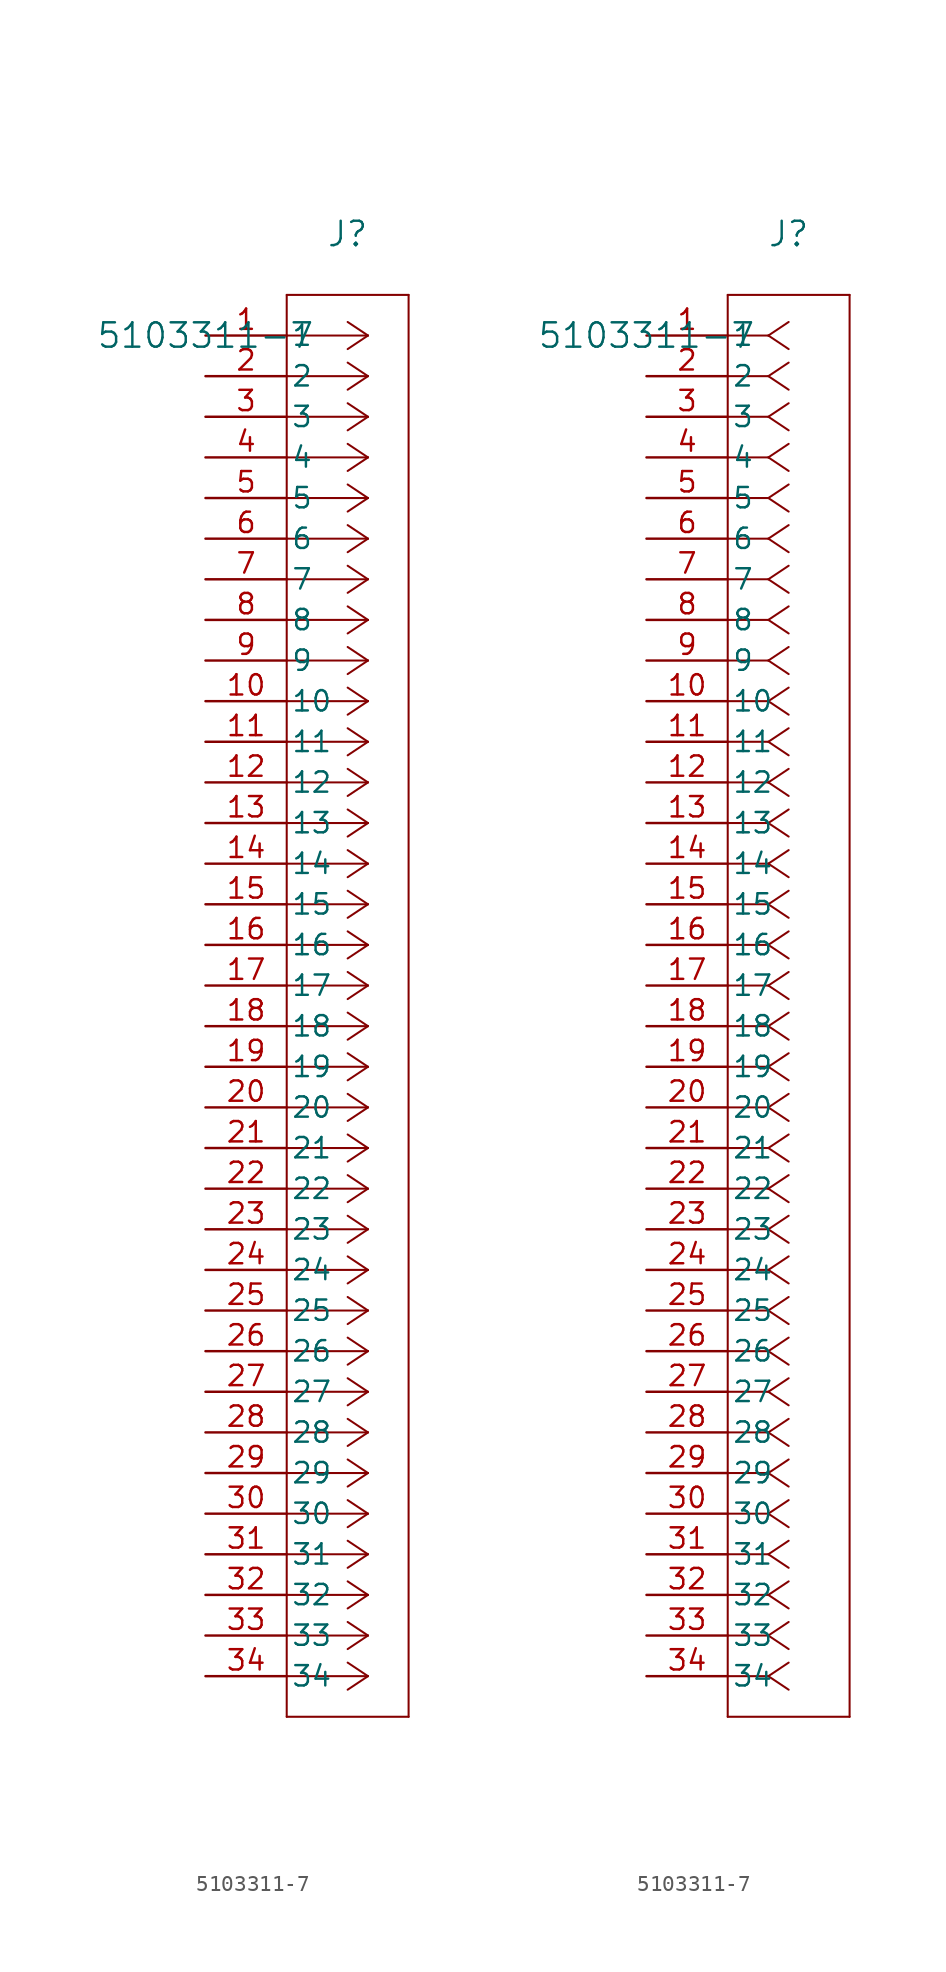
<source format=kicad_sym>
(kicad_symbol_lib
  (version 20211014)
  (generator kicad_symbol_editor)
  (symbol "5103311-7"
    (pin_names
      (offset 0.254))
    (property "Reference" "J"
      (at 8.89 6.35 0)
      (effects (font (size 1.524 1.524))))
    (property "Value" "5103311-7"
      (at 0 0 0)
      (effects (font (size 1.524 1.524))))
    (symbol "5103311-7_1_1"
      (polyline (pts (xy 10.16 0) (xy 5.08 0)) (stroke (width 0.127) (type default) (color 0 0 0 0)) (fill (type none)))
      (polyline (pts (xy 10.16 -2.54) (xy 5.08 -2.54)) (stroke (width 0.127) (type default) (color 0 0 0 0)) (fill (type none)))
      (polyline (pts (xy 10.16 -5.08) (xy 5.08 -5.08)) (stroke (width 0.127) (type default) (color 0 0 0 0)) (fill (type none)))
      (polyline (pts (xy 10.16 -7.62) (xy 5.08 -7.62)) (stroke (width 0.127) (type default) (color 0 0 0 0)) (fill (type none)))
      (polyline (pts (xy 10.16 -10.16) (xy 5.08 -10.16)) (stroke (width 0.127) (type default) (color 0 0 0 0)) (fill (type none)))
      (polyline (pts (xy 10.16 -12.7) (xy 5.08 -12.7)) (stroke (width 0.127) (type default) (color 0 0 0 0)) (fill (type none)))
      (polyline (pts (xy 10.16 -15.24) (xy 5.08 -15.24)) (stroke (width 0.127) (type default) (color 0 0 0 0)) (fill (type none)))
      (polyline (pts (xy 10.16 -17.78) (xy 5.08 -17.78)) (stroke (width 0.127) (type default) (color 0 0 0 0)) (fill (type none)))
      (polyline (pts (xy 10.16 -20.32) (xy 5.08 -20.32)) (stroke (width 0.127) (type default) (color 0 0 0 0)) (fill (type none)))
      (polyline (pts (xy 10.16 -22.86) (xy 5.08 -22.86)) (stroke (width 0.127) (type default) (color 0 0 0 0)) (fill (type none)))
      (polyline (pts (xy 10.16 -25.4) (xy 5.08 -25.4)) (stroke (width 0.127) (type default) (color 0 0 0 0)) (fill (type none)))
      (polyline (pts (xy 10.16 -27.94) (xy 5.08 -27.94)) (stroke (width 0.127) (type default) (color 0 0 0 0)) (fill (type none)))
      (polyline (pts (xy 10.16 -30.48) (xy 5.08 -30.48)) (stroke (width 0.127) (type default) (color 0 0 0 0)) (fill (type none)))
      (polyline (pts (xy 10.16 -33.02) (xy 5.08 -33.02)) (stroke (width 0.127) (type default) (color 0 0 0 0)) (fill (type none)))
      (polyline (pts (xy 10.16 -35.56) (xy 5.08 -35.56)) (stroke (width 0.127) (type default) (color 0 0 0 0)) (fill (type none)))
      (polyline (pts (xy 10.16 -38.1) (xy 5.08 -38.1)) (stroke (width 0.127) (type default) (color 0 0 0 0)) (fill (type none)))
      (polyline (pts (xy 10.16 -40.64) (xy 5.08 -40.64)) (stroke (width 0.127) (type default) (color 0 0 0 0)) (fill (type none)))
      (polyline (pts (xy 10.16 -43.18) (xy 5.08 -43.18)) (stroke (width 0.127) (type default) (color 0 0 0 0)) (fill (type none)))
      (polyline (pts (xy 10.16 -45.72) (xy 5.08 -45.72)) (stroke (width 0.127) (type default) (color 0 0 0 0)) (fill (type none)))
      (polyline (pts (xy 10.16 -48.26) (xy 5.08 -48.26)) (stroke (width 0.127) (type default) (color 0 0 0 0)) (fill (type none)))
      (polyline (pts (xy 10.16 -50.8) (xy 5.08 -50.8)) (stroke (width 0.127) (type default) (color 0 0 0 0)) (fill (type none)))
      (polyline (pts (xy 10.16 -53.34) (xy 5.08 -53.34)) (stroke (width 0.127) (type default) (color 0 0 0 0)) (fill (type none)))
      (polyline (pts (xy 10.16 -55.88) (xy 5.08 -55.88)) (stroke (width 0.127) (type default) (color 0 0 0 0)) (fill (type none)))
      (polyline (pts (xy 10.16 -58.42) (xy 5.08 -58.42)) (stroke (width 0.127) (type default) (color 0 0 0 0)) (fill (type none)))
      (polyline (pts (xy 10.16 -60.96) (xy 5.08 -60.96)) (stroke (width 0.127) (type default) (color 0 0 0 0)) (fill (type none)))
      (polyline (pts (xy 10.16 -63.5) (xy 5.08 -63.5)) (stroke (width 0.127) (type default) (color 0 0 0 0)) (fill (type none)))
      (polyline (pts (xy 10.16 -66.04) (xy 5.08 -66.04)) (stroke (width 0.127) (type default) (color 0 0 0 0)) (fill (type none)))
      (polyline (pts (xy 10.16 -68.58) (xy 5.08 -68.58)) (stroke (width 0.127) (type default) (color 0 0 0 0)) (fill (type none)))
      (polyline (pts (xy 10.16 -71.12) (xy 5.08 -71.12)) (stroke (width 0.127) (type default) (color 0 0 0 0)) (fill (type none)))
      (polyline (pts (xy 10.16 -73.66) (xy 5.08 -73.66)) (stroke (width 0.127) (type default) (color 0 0 0 0)) (fill (type none)))
      (polyline (pts (xy 10.16 -76.2) (xy 5.08 -76.2)) (stroke (width 0.127) (type default) (color 0 0 0 0)) (fill (type none)))
      (polyline (pts (xy 10.16 -78.74) (xy 5.08 -78.74)) (stroke (width 0.127) (type default) (color 0 0 0 0)) (fill (type none)))
      (polyline (pts (xy 10.16 -81.28) (xy 5.08 -81.28)) (stroke (width 0.127) (type default) (color 0 0 0 0)) (fill (type none)))
      (polyline (pts (xy 10.16 -83.82) (xy 5.08 -83.82)) (stroke (width 0.127) (type default) (color 0 0 0 0)) (fill (type none)))
      (polyline (pts (xy 10.16 0) (xy 8.89 0.847)) (stroke (width 0.127) (type default) (color 0 0 0 0)) (fill (type none)))
      (polyline (pts (xy 10.16 -2.54) (xy 8.89 -1.693)) (stroke (width 0.127) (type default) (color 0 0 0 0)) (fill (type none)))
      (polyline (pts (xy 10.16 -5.08) (xy 8.89 -4.233)) (stroke (width 0.127) (type default) (color 0 0 0 0)) (fill (type none)))
      (polyline (pts (xy 10.16 -7.62) (xy 8.89 -6.773)) (stroke (width 0.127) (type default) (color 0 0 0 0)) (fill (type none)))
      (polyline (pts (xy 10.16 -10.16) (xy 8.89 -9.313)) (stroke (width 0.127) (type default) (color 0 0 0 0)) (fill (type none)))
      (polyline (pts (xy 10.16 -12.7) (xy 8.89 -11.853)) (stroke (width 0.127) (type default) (color 0 0 0 0)) (fill (type none)))
      (polyline (pts (xy 10.16 -15.24) (xy 8.89 -14.393)) (stroke (width 0.127) (type default) (color 0 0 0 0)) (fill (type none)))
      (polyline (pts (xy 10.16 -17.78) (xy 8.89 -16.933)) (stroke (width 0.127) (type default) (color 0 0 0 0)) (fill (type none)))
      (polyline (pts (xy 10.16 -20.32) (xy 8.89 -19.473)) (stroke (width 0.127) (type default) (color 0 0 0 0)) (fill (type none)))
      (polyline (pts (xy 10.16 -22.86) (xy 8.89 -22.013)) (stroke (width 0.127) (type default) (color 0 0 0 0)) (fill (type none)))
      (polyline (pts (xy 10.16 -25.4) (xy 8.89 -24.553)) (stroke (width 0.127) (type default) (color 0 0 0 0)) (fill (type none)))
      (polyline (pts (xy 10.16 -27.94) (xy 8.89 -27.093)) (stroke (width 0.127) (type default) (color 0 0 0 0)) (fill (type none)))
      (polyline (pts (xy 10.16 -30.48) (xy 8.89 -29.633)) (stroke (width 0.127) (type default) (color 0 0 0 0)) (fill (type none)))
      (polyline (pts (xy 10.16 -33.02) (xy 8.89 -32.173)) (stroke (width 0.127) (type default) (color 0 0 0 0)) (fill (type none)))
      (polyline (pts (xy 10.16 -35.56) (xy 8.89 -34.713)) (stroke (width 0.127) (type default) (color 0 0 0 0)) (fill (type none)))
      (polyline (pts (xy 10.16 -38.1) (xy 8.89 -37.253)) (stroke (width 0.127) (type default) (color 0 0 0 0)) (fill (type none)))
      (polyline (pts (xy 10.16 -40.64) (xy 8.89 -39.793)) (stroke (width 0.127) (type default) (color 0 0 0 0)) (fill (type none)))
      (polyline (pts (xy 10.16 -43.18) (xy 8.89 -42.333)) (stroke (width 0.127) (type default) (color 0 0 0 0)) (fill (type none)))
      (polyline (pts (xy 10.16 -45.72) (xy 8.89 -44.873)) (stroke (width 0.127) (type default) (color 0 0 0 0)) (fill (type none)))
      (polyline (pts (xy 10.16 -48.26) (xy 8.89 -47.413)) (stroke (width 0.127) (type default) (color 0 0 0 0)) (fill (type none)))
      (polyline (pts (xy 10.16 -50.8) (xy 8.89 -49.953)) (stroke (width 0.127) (type default) (color 0 0 0 0)) (fill (type none)))
      (polyline (pts (xy 10.16 -53.34) (xy 8.89 -52.493)) (stroke (width 0.127) (type default) (color 0 0 0 0)) (fill (type none)))
      (polyline (pts (xy 10.16 -55.88) (xy 8.89 -55.033)) (stroke (width 0.127) (type default) (color 0 0 0 0)) (fill (type none)))
      (polyline (pts (xy 10.16 -58.42) (xy 8.89 -57.573)) (stroke (width 0.127) (type default) (color 0 0 0 0)) (fill (type none)))
      (polyline (pts (xy 10.16 -60.96) (xy 8.89 -60.113)) (stroke (width 0.127) (type default) (color 0 0 0 0)) (fill (type none)))
      (polyline (pts (xy 10.16 -63.5) (xy 8.89 -62.653)) (stroke (width 0.127) (type default) (color 0 0 0 0)) (fill (type none)))
      (polyline (pts (xy 10.16 -66.04) (xy 8.89 -65.193)) (stroke (width 0.127) (type default) (color 0 0 0 0)) (fill (type none)))
      (polyline (pts (xy 10.16 -68.58) (xy 8.89 -67.733)) (stroke (width 0.127) (type default) (color 0 0 0 0)) (fill (type none)))
      (polyline (pts (xy 10.16 -71.12) (xy 8.89 -70.273)) (stroke (width 0.127) (type default) (color 0 0 0 0)) (fill (type none)))
      (polyline (pts (xy 10.16 -73.66) (xy 8.89 -72.813)) (stroke (width 0.127) (type default) (color 0 0 0 0)) (fill (type none)))
      (polyline (pts (xy 10.16 -76.2) (xy 8.89 -75.353)) (stroke (width 0.127) (type default) (color 0 0 0 0)) (fill (type none)))
      (polyline (pts (xy 10.16 -78.74) (xy 8.89 -77.893)) (stroke (width 0.127) (type default) (color 0 0 0 0)) (fill (type none)))
      (polyline (pts (xy 10.16 -81.28) (xy 8.89 -80.433)) (stroke (width 0.127) (type default) (color 0 0 0 0)) (fill (type none)))
      (polyline (pts (xy 10.16 -83.82) (xy 8.89 -82.973)) (stroke (width 0.127) (type default) (color 0 0 0 0)) (fill (type none)))
      (polyline (pts (xy 10.16 0) (xy 8.89 -0.847)) (stroke (width 0.127) (type default) (color 0 0 0 0)) (fill (type none)))
      (polyline (pts (xy 10.16 -2.54) (xy 8.89 -3.387)) (stroke (width 0.127) (type default) (color 0 0 0 0)) (fill (type none)))
      (polyline (pts (xy 10.16 -5.08) (xy 8.89 -5.927)) (stroke (width 0.127) (type default) (color 0 0 0 0)) (fill (type none)))
      (polyline (pts (xy 10.16 -7.62) (xy 8.89 -8.467)) (stroke (width 0.127) (type default) (color 0 0 0 0)) (fill (type none)))
      (polyline (pts (xy 10.16 -10.16) (xy 8.89 -11.007)) (stroke (width 0.127) (type default) (color 0 0 0 0)) (fill (type none)))
      (polyline (pts (xy 10.16 -12.7) (xy 8.89 -13.547)) (stroke (width 0.127) (type default) (color 0 0 0 0)) (fill (type none)))
      (polyline (pts (xy 10.16 -15.24) (xy 8.89 -16.087)) (stroke (width 0.127) (type default) (color 0 0 0 0)) (fill (type none)))
      (polyline (pts (xy 10.16 -17.78) (xy 8.89 -18.627)) (stroke (width 0.127) (type default) (color 0 0 0 0)) (fill (type none)))
      (polyline (pts (xy 10.16 -20.32) (xy 8.89 -21.167)) (stroke (width 0.127) (type default) (color 0 0 0 0)) (fill (type none)))
      (polyline (pts (xy 10.16 -22.86) (xy 8.89 -23.707)) (stroke (width 0.127) (type default) (color 0 0 0 0)) (fill (type none)))
      (polyline (pts (xy 10.16 -25.4) (xy 8.89 -26.247)) (stroke (width 0.127) (type default) (color 0 0 0 0)) (fill (type none)))
      (polyline (pts (xy 10.16 -27.94) (xy 8.89 -28.787)) (stroke (width 0.127) (type default) (color 0 0 0 0)) (fill (type none)))
      (polyline (pts (xy 10.16 -30.48) (xy 8.89 -31.327)) (stroke (width 0.127) (type default) (color 0 0 0 0)) (fill (type none)))
      (polyline (pts (xy 10.16 -33.02) (xy 8.89 -33.867)) (stroke (width 0.127) (type default) (color 0 0 0 0)) (fill (type none)))
      (polyline (pts (xy 10.16 -35.56) (xy 8.89 -36.407)) (stroke (width 0.127) (type default) (color 0 0 0 0)) (fill (type none)))
      (polyline (pts (xy 10.16 -38.1) (xy 8.89 -38.947)) (stroke (width 0.127) (type default) (color 0 0 0 0)) (fill (type none)))
      (polyline (pts (xy 10.16 -40.64) (xy 8.89 -41.487)) (stroke (width 0.127) (type default) (color 0 0 0 0)) (fill (type none)))
      (polyline (pts (xy 10.16 -43.18) (xy 8.89 -44.027)) (stroke (width 0.127) (type default) (color 0 0 0 0)) (fill (type none)))
      (polyline (pts (xy 10.16 -45.72) (xy 8.89 -46.567)) (stroke (width 0.127) (type default) (color 0 0 0 0)) (fill (type none)))
      (polyline (pts (xy 10.16 -48.26) (xy 8.89 -49.107)) (stroke (width 0.127) (type default) (color 0 0 0 0)) (fill (type none)))
      (polyline (pts (xy 10.16 -50.8) (xy 8.89 -51.647)) (stroke (width 0.127) (type default) (color 0 0 0 0)) (fill (type none)))
      (polyline (pts (xy 10.16 -53.34) (xy 8.89 -54.187)) (stroke (width 0.127) (type default) (color 0 0 0 0)) (fill (type none)))
      (polyline (pts (xy 10.16 -55.88) (xy 8.89 -56.727)) (stroke (width 0.127) (type default) (color 0 0 0 0)) (fill (type none)))
      (polyline (pts (xy 10.16 -58.42) (xy 8.89 -59.267)) (stroke (width 0.127) (type default) (color 0 0 0 0)) (fill (type none)))
      (polyline (pts (xy 10.16 -60.96) (xy 8.89 -61.807)) (stroke (width 0.127) (type default) (color 0 0 0 0)) (fill (type none)))
      (polyline (pts (xy 10.16 -63.5) (xy 8.89 -64.347)) (stroke (width 0.127) (type default) (color 0 0 0 0)) (fill (type none)))
      (polyline (pts (xy 10.16 -66.04) (xy 8.89 -66.887)) (stroke (width 0.127) (type default) (color 0 0 0 0)) (fill (type none)))
      (polyline (pts (xy 10.16 -68.58) (xy 8.89 -69.427)) (stroke (width 0.127) (type default) (color 0 0 0 0)) (fill (type none)))
      (polyline (pts (xy 10.16 -71.12) (xy 8.89 -71.967)) (stroke (width 0.127) (type default) (color 0 0 0 0)) (fill (type none)))
      (polyline (pts (xy 10.16 -73.66) (xy 8.89 -74.507)) (stroke (width 0.127) (type default) (color 0 0 0 0)) (fill (type none)))
      (polyline (pts (xy 10.16 -76.2) (xy 8.89 -77.047)) (stroke (width 0.127) (type default) (color 0 0 0 0)) (fill (type none)))
      (polyline (pts (xy 10.16 -78.74) (xy 8.89 -79.587)) (stroke (width 0.127) (type default) (color 0 0 0 0)) (fill (type none)))
      (polyline (pts (xy 10.16 -81.28) (xy 8.89 -82.127)) (stroke (width 0.127) (type default) (color 0 0 0 0)) (fill (type none)))
      (polyline (pts (xy 10.16 -83.82) (xy 8.89 -84.667)) (stroke (width 0.127) (type default) (color 0 0 0 0)) (fill (type none)))
      (polyline (pts (xy 5.08 2.54) (xy 5.08 -86.36)) (stroke (width 0.127) (type default) (color 0 0 0 0)) (fill (type none)))
      (polyline (pts (xy 5.08 -86.36) (xy 12.7 -86.36)) (stroke (width 0.127) (type default) (color 0 0 0 0)) (fill (type none)))
      (polyline (pts (xy 12.7 -86.36) (xy 12.7 2.54)) (stroke (width 0.127) (type default) (color 0 0 0 0)) (fill (type none)))
      (polyline (pts (xy 12.7 2.54) (xy 5.08 2.54)) (stroke (width 0.127) (type default) (color 0 0 0 0)) (fill (type none)))
      (pin unspecified line (at 0 0 0) (length 5.08) (name "1" (effects (font (size 1.27 1.27)))) (number "1" (effects (font (size 1.27 1.27)))))
      (pin unspecified line (at 0 -2.54 0) (length 5.08) (name "2" (effects (font (size 1.27 1.27)))) (number "2" (effects (font (size 1.27 1.27)))))
      (pin unspecified line (at 0 -5.08 0) (length 5.08) (name "3" (effects (font (size 1.27 1.27)))) (number "3" (effects (font (size 1.27 1.27)))))
      (pin unspecified line (at 0 -7.62 0) (length 5.08) (name "4" (effects (font (size 1.27 1.27)))) (number "4" (effects (font (size 1.27 1.27)))))
      (pin unspecified line (at 0 -10.16 0) (length 5.08) (name "5" (effects (font (size 1.27 1.27)))) (number "5" (effects (font (size 1.27 1.27)))))
      (pin unspecified line (at 0 -12.7 0) (length 5.08) (name "6" (effects (font (size 1.27 1.27)))) (number "6" (effects (font (size 1.27 1.27)))))
      (pin unspecified line (at 0 -15.24 0) (length 5.08) (name "7" (effects (font (size 1.27 1.27)))) (number "7" (effects (font (size 1.27 1.27)))))
      (pin unspecified line (at 0 -17.78 0) (length 5.08) (name "8" (effects (font (size 1.27 1.27)))) (number "8" (effects (font (size 1.27 1.27)))))
      (pin unspecified line (at 0 -20.32 0) (length 5.08) (name "9" (effects (font (size 1.27 1.27)))) (number "9" (effects (font (size 1.27 1.27)))))
      (pin unspecified line (at 0 -22.86 0) (length 5.08) (name "10" (effects (font (size 1.27 1.27)))) (number "10" (effects (font (size 1.27 1.27)))))
      (pin unspecified line (at 0 -25.4 0) (length 5.08) (name "11" (effects (font (size 1.27 1.27)))) (number "11" (effects (font (size 1.27 1.27)))))
      (pin unspecified line (at 0 -27.94 0) (length 5.08) (name "12" (effects (font (size 1.27 1.27)))) (number "12" (effects (font (size 1.27 1.27)))))
      (pin unspecified line (at 0 -30.48 0) (length 5.08) (name "13" (effects (font (size 1.27 1.27)))) (number "13" (effects (font (size 1.27 1.27)))))
      (pin unspecified line (at 0 -33.02 0) (length 5.08) (name "14" (effects (font (size 1.27 1.27)))) (number "14" (effects (font (size 1.27 1.27)))))
      (pin unspecified line (at 0 -35.56 0) (length 5.08) (name "15" (effects (font (size 1.27 1.27)))) (number "15" (effects (font (size 1.27 1.27)))))
      (pin unspecified line (at 0 -38.1 0) (length 5.08) (name "16" (effects (font (size 1.27 1.27)))) (number "16" (effects (font (size 1.27 1.27)))))
      (pin unspecified line (at 0 -40.64 0) (length 5.08) (name "17" (effects (font (size 1.27 1.27)))) (number "17" (effects (font (size 1.27 1.27)))))
      (pin unspecified line (at 0 -43.18 0) (length 5.08) (name "18" (effects (font (size 1.27 1.27)))) (number "18" (effects (font (size 1.27 1.27)))))
      (pin unspecified line (at 0 -45.72 0) (length 5.08) (name "19" (effects (font (size 1.27 1.27)))) (number "19" (effects (font (size 1.27 1.27)))))
      (pin unspecified line (at 0 -48.26 0) (length 5.08) (name "20" (effects (font (size 1.27 1.27)))) (number "20" (effects (font (size 1.27 1.27)))))
      (pin unspecified line (at 0 -50.8 0) (length 5.08) (name "21" (effects (font (size 1.27 1.27)))) (number "21" (effects (font (size 1.27 1.27)))))
      (pin unspecified line (at 0 -53.34 0) (length 5.08) (name "22" (effects (font (size 1.27 1.27)))) (number "22" (effects (font (size 1.27 1.27)))))
      (pin unspecified line (at 0 -55.88 0) (length 5.08) (name "23" (effects (font (size 1.27 1.27)))) (number "23" (effects (font (size 1.27 1.27)))))
      (pin unspecified line (at 0 -58.42 0) (length 5.08) (name "24" (effects (font (size 1.27 1.27)))) (number "24" (effects (font (size 1.27 1.27)))))
      (pin unspecified line (at 0 -60.96 0) (length 5.08) (name "25" (effects (font (size 1.27 1.27)))) (number "25" (effects (font (size 1.27 1.27)))))
      (pin unspecified line (at 0 -63.5 0) (length 5.08) (name "26" (effects (font (size 1.27 1.27)))) (number "26" (effects (font (size 1.27 1.27)))))
      (pin unspecified line (at 0 -66.04 0) (length 5.08) (name "27" (effects (font (size 1.27 1.27)))) (number "27" (effects (font (size 1.27 1.27)))))
      (pin unspecified line (at 0 -68.58 0) (length 5.08) (name "28" (effects (font (size 1.27 1.27)))) (number "28" (effects (font (size 1.27 1.27)))))
      (pin unspecified line (at 0 -71.12 0) (length 5.08) (name "29" (effects (font (size 1.27 1.27)))) (number "29" (effects (font (size 1.27 1.27)))))
      (pin unspecified line (at 0 -73.66 0) (length 5.08) (name "30" (effects (font (size 1.27 1.27)))) (number "30" (effects (font (size 1.27 1.27)))))
      (pin unspecified line (at 0 -76.2 0) (length 5.08) (name "31" (effects (font (size 1.27 1.27)))) (number "31" (effects (font (size 1.27 1.27)))))
      (pin unspecified line (at 0 -78.74 0) (length 5.08) (name "32" (effects (font (size 1.27 1.27)))) (number "32" (effects (font (size 1.27 1.27)))))
      (pin unspecified line (at 0 -81.28 0) (length 5.08) (name "33" (effects (font (size 1.27 1.27)))) (number "33" (effects (font (size 1.27 1.27)))))
      (pin unspecified line (at 0 -83.82 0) (length 5.08) (name "34" (effects (font (size 1.27 1.27)))) (number "34" (effects (font (size 1.27 1.27))))))
    (symbol "5103311-7_1_2"
      (polyline (pts (xy 7.62 0) (xy 5.08 0)) (stroke (width 0.127) (type default) (color 0 0 0 0)) (fill (type none)))
      (polyline (pts (xy 7.62 -2.54) (xy 5.08 -2.54)) (stroke (width 0.127) (type default) (color 0 0 0 0)) (fill (type none)))
      (polyline (pts (xy 7.62 -5.08) (xy 5.08 -5.08)) (stroke (width 0.127) (type default) (color 0 0 0 0)) (fill (type none)))
      (polyline (pts (xy 7.62 -7.62) (xy 5.08 -7.62)) (stroke (width 0.127) (type default) (color 0 0 0 0)) (fill (type none)))
      (polyline (pts (xy 7.62 -10.16) (xy 5.08 -10.16)) (stroke (width 0.127) (type default) (color 0 0 0 0)) (fill (type none)))
      (polyline (pts (xy 7.62 -12.7) (xy 5.08 -12.7)) (stroke (width 0.127) (type default) (color 0 0 0 0)) (fill (type none)))
      (polyline (pts (xy 7.62 -15.24) (xy 5.08 -15.24)) (stroke (width 0.127) (type default) (color 0 0 0 0)) (fill (type none)))
      (polyline (pts (xy 7.62 -17.78) (xy 5.08 -17.78)) (stroke (width 0.127) (type default) (color 0 0 0 0)) (fill (type none)))
      (polyline (pts (xy 7.62 -20.32) (xy 5.08 -20.32)) (stroke (width 0.127) (type default) (color 0 0 0 0)) (fill (type none)))
      (polyline (pts (xy 7.62 -22.86) (xy 5.08 -22.86)) (stroke (width 0.127) (type default) (color 0 0 0 0)) (fill (type none)))
      (polyline (pts (xy 7.62 -25.4) (xy 5.08 -25.4)) (stroke (width 0.127) (type default) (color 0 0 0 0)) (fill (type none)))
      (polyline (pts (xy 7.62 -27.94) (xy 5.08 -27.94)) (stroke (width 0.127) (type default) (color 0 0 0 0)) (fill (type none)))
      (polyline (pts (xy 7.62 -30.48) (xy 5.08 -30.48)) (stroke (width 0.127) (type default) (color 0 0 0 0)) (fill (type none)))
      (polyline (pts (xy 7.62 -33.02) (xy 5.08 -33.02)) (stroke (width 0.127) (type default) (color 0 0 0 0)) (fill (type none)))
      (polyline (pts (xy 7.62 -35.56) (xy 5.08 -35.56)) (stroke (width 0.127) (type default) (color 0 0 0 0)) (fill (type none)))
      (polyline (pts (xy 7.62 -38.1) (xy 5.08 -38.1)) (stroke (width 0.127) (type default) (color 0 0 0 0)) (fill (type none)))
      (polyline (pts (xy 7.62 -40.64) (xy 5.08 -40.64)) (stroke (width 0.127) (type default) (color 0 0 0 0)) (fill (type none)))
      (polyline (pts (xy 7.62 -43.18) (xy 5.08 -43.18)) (stroke (width 0.127) (type default) (color 0 0 0 0)) (fill (type none)))
      (polyline (pts (xy 7.62 -45.72) (xy 5.08 -45.72)) (stroke (width 0.127) (type default) (color 0 0 0 0)) (fill (type none)))
      (polyline (pts (xy 7.62 -48.26) (xy 5.08 -48.26)) (stroke (width 0.127) (type default) (color 0 0 0 0)) (fill (type none)))
      (polyline (pts (xy 7.62 -50.8) (xy 5.08 -50.8)) (stroke (width 0.127) (type default) (color 0 0 0 0)) (fill (type none)))
      (polyline (pts (xy 7.62 -53.34) (xy 5.08 -53.34)) (stroke (width 0.127) (type default) (color 0 0 0 0)) (fill (type none)))
      (polyline (pts (xy 7.62 -55.88) (xy 5.08 -55.88)) (stroke (width 0.127) (type default) (color 0 0 0 0)) (fill (type none)))
      (polyline (pts (xy 7.62 -58.42) (xy 5.08 -58.42)) (stroke (width 0.127) (type default) (color 0 0 0 0)) (fill (type none)))
      (polyline (pts (xy 7.62 -60.96) (xy 5.08 -60.96)) (stroke (width 0.127) (type default) (color 0 0 0 0)) (fill (type none)))
      (polyline (pts (xy 7.62 -63.5) (xy 5.08 -63.5)) (stroke (width 0.127) (type default) (color 0 0 0 0)) (fill (type none)))
      (polyline (pts (xy 7.62 -66.04) (xy 5.08 -66.04)) (stroke (width 0.127) (type default) (color 0 0 0 0)) (fill (type none)))
      (polyline (pts (xy 7.62 -68.58) (xy 5.08 -68.58)) (stroke (width 0.127) (type default) (color 0 0 0 0)) (fill (type none)))
      (polyline (pts (xy 7.62 -71.12) (xy 5.08 -71.12)) (stroke (width 0.127) (type default) (color 0 0 0 0)) (fill (type none)))
      (polyline (pts (xy 7.62 -73.66) (xy 5.08 -73.66)) (stroke (width 0.127) (type default) (color 0 0 0 0)) (fill (type none)))
      (polyline (pts (xy 7.62 -76.2) (xy 5.08 -76.2)) (stroke (width 0.127) (type default) (color 0 0 0 0)) (fill (type none)))
      (polyline (pts (xy 7.62 -78.74) (xy 5.08 -78.74)) (stroke (width 0.127) (type default) (color 0 0 0 0)) (fill (type none)))
      (polyline (pts (xy 7.62 -81.28) (xy 5.08 -81.28)) (stroke (width 0.127) (type default) (color 0 0 0 0)) (fill (type none)))
      (polyline (pts (xy 7.62 -83.82) (xy 5.08 -83.82)) (stroke (width 0.127) (type default) (color 0 0 0 0)) (fill (type none)))
      (polyline (pts (xy 7.62 0) (xy 8.89 0.847)) (stroke (width 0.127) (type default) (color 0 0 0 0)) (fill (type none)))
      (polyline (pts (xy 7.62 -2.54) (xy 8.89 -1.693)) (stroke (width 0.127) (type default) (color 0 0 0 0)) (fill (type none)))
      (polyline (pts (xy 7.62 -5.08) (xy 8.89 -4.233)) (stroke (width 0.127) (type default) (color 0 0 0 0)) (fill (type none)))
      (polyline (pts (xy 7.62 -7.62) (xy 8.89 -6.773)) (stroke (width 0.127) (type default) (color 0 0 0 0)) (fill (type none)))
      (polyline (pts (xy 7.62 -10.16) (xy 8.89 -9.313)) (stroke (width 0.127) (type default) (color 0 0 0 0)) (fill (type none)))
      (polyline (pts (xy 7.62 -12.7) (xy 8.89 -11.853)) (stroke (width 0.127) (type default) (color 0 0 0 0)) (fill (type none)))
      (polyline (pts (xy 7.62 -15.24) (xy 8.89 -14.393)) (stroke (width 0.127) (type default) (color 0 0 0 0)) (fill (type none)))
      (polyline (pts (xy 7.62 -17.78) (xy 8.89 -16.933)) (stroke (width 0.127) (type default) (color 0 0 0 0)) (fill (type none)))
      (polyline (pts (xy 7.62 -20.32) (xy 8.89 -19.473)) (stroke (width 0.127) (type default) (color 0 0 0 0)) (fill (type none)))
      (polyline (pts (xy 7.62 -22.86) (xy 8.89 -22.013)) (stroke (width 0.127) (type default) (color 0 0 0 0)) (fill (type none)))
      (polyline (pts (xy 7.62 -25.4) (xy 8.89 -24.553)) (stroke (width 0.127) (type default) (color 0 0 0 0)) (fill (type none)))
      (polyline (pts (xy 7.62 -27.94) (xy 8.89 -27.093)) (stroke (width 0.127) (type default) (color 0 0 0 0)) (fill (type none)))
      (polyline (pts (xy 7.62 -30.48) (xy 8.89 -29.633)) (stroke (width 0.127) (type default) (color 0 0 0 0)) (fill (type none)))
      (polyline (pts (xy 7.62 -33.02) (xy 8.89 -32.173)) (stroke (width 0.127) (type default) (color 0 0 0 0)) (fill (type none)))
      (polyline (pts (xy 7.62 -35.56) (xy 8.89 -34.713)) (stroke (width 0.127) (type default) (color 0 0 0 0)) (fill (type none)))
      (polyline (pts (xy 7.62 -38.1) (xy 8.89 -37.253)) (stroke (width 0.127) (type default) (color 0 0 0 0)) (fill (type none)))
      (polyline (pts (xy 7.62 -40.64) (xy 8.89 -39.793)) (stroke (width 0.127) (type default) (color 0 0 0 0)) (fill (type none)))
      (polyline (pts (xy 7.62 -43.18) (xy 8.89 -42.333)) (stroke (width 0.127) (type default) (color 0 0 0 0)) (fill (type none)))
      (polyline (pts (xy 7.62 -45.72) (xy 8.89 -44.873)) (stroke (width 0.127) (type default) (color 0 0 0 0)) (fill (type none)))
      (polyline (pts (xy 7.62 -48.26) (xy 8.89 -47.413)) (stroke (width 0.127) (type default) (color 0 0 0 0)) (fill (type none)))
      (polyline (pts (xy 7.62 -50.8) (xy 8.89 -49.953)) (stroke (width 0.127) (type default) (color 0 0 0 0)) (fill (type none)))
      (polyline (pts (xy 7.62 -53.34) (xy 8.89 -52.493)) (stroke (width 0.127) (type default) (color 0 0 0 0)) (fill (type none)))
      (polyline (pts (xy 7.62 -55.88) (xy 8.89 -55.033)) (stroke (width 0.127) (type default) (color 0 0 0 0)) (fill (type none)))
      (polyline (pts (xy 7.62 -58.42) (xy 8.89 -57.573)) (stroke (width 0.127) (type default) (color 0 0 0 0)) (fill (type none)))
      (polyline (pts (xy 7.62 -60.96) (xy 8.89 -60.113)) (stroke (width 0.127) (type default) (color 0 0 0 0)) (fill (type none)))
      (polyline (pts (xy 7.62 -63.5) (xy 8.89 -62.653)) (stroke (width 0.127) (type default) (color 0 0 0 0)) (fill (type none)))
      (polyline (pts (xy 7.62 -66.04) (xy 8.89 -65.193)) (stroke (width 0.127) (type default) (color 0 0 0 0)) (fill (type none)))
      (polyline (pts (xy 7.62 -68.58) (xy 8.89 -67.733)) (stroke (width 0.127) (type default) (color 0 0 0 0)) (fill (type none)))
      (polyline (pts (xy 7.62 -71.12) (xy 8.89 -70.273)) (stroke (width 0.127) (type default) (color 0 0 0 0)) (fill (type none)))
      (polyline (pts (xy 7.62 -73.66) (xy 8.89 -72.813)) (stroke (width 0.127) (type default) (color 0 0 0 0)) (fill (type none)))
      (polyline (pts (xy 7.62 -76.2) (xy 8.89 -75.353)) (stroke (width 0.127) (type default) (color 0 0 0 0)) (fill (type none)))
      (polyline (pts (xy 7.62 -78.74) (xy 8.89 -77.893)) (stroke (width 0.127) (type default) (color 0 0 0 0)) (fill (type none)))
      (polyline (pts (xy 7.62 -81.28) (xy 8.89 -80.433)) (stroke (width 0.127) (type default) (color 0 0 0 0)) (fill (type none)))
      (polyline (pts (xy 7.62 -83.82) (xy 8.89 -82.973)) (stroke (width 0.127) (type default) (color 0 0 0 0)) (fill (type none)))
      (polyline (pts (xy 7.62 0) (xy 8.89 -0.847)) (stroke (width 0.127) (type default) (color 0 0 0 0)) (fill (type none)))
      (polyline (pts (xy 7.62 -2.54) (xy 8.89 -3.387)) (stroke (width 0.127) (type default) (color 0 0 0 0)) (fill (type none)))
      (polyline (pts (xy 7.62 -5.08) (xy 8.89 -5.927)) (stroke (width 0.127) (type default) (color 0 0 0 0)) (fill (type none)))
      (polyline (pts (xy 7.62 -7.62) (xy 8.89 -8.467)) (stroke (width 0.127) (type default) (color 0 0 0 0)) (fill (type none)))
      (polyline (pts (xy 7.62 -10.16) (xy 8.89 -11.007)) (stroke (width 0.127) (type default) (color 0 0 0 0)) (fill (type none)))
      (polyline (pts (xy 7.62 -12.7) (xy 8.89 -13.547)) (stroke (width 0.127) (type default) (color 0 0 0 0)) (fill (type none)))
      (polyline (pts (xy 7.62 -15.24) (xy 8.89 -16.087)) (stroke (width 0.127) (type default) (color 0 0 0 0)) (fill (type none)))
      (polyline (pts (xy 7.62 -17.78) (xy 8.89 -18.627)) (stroke (width 0.127) (type default) (color 0 0 0 0)) (fill (type none)))
      (polyline (pts (xy 7.62 -20.32) (xy 8.89 -21.167)) (stroke (width 0.127) (type default) (color 0 0 0 0)) (fill (type none)))
      (polyline (pts (xy 7.62 -22.86) (xy 8.89 -23.707)) (stroke (width 0.127) (type default) (color 0 0 0 0)) (fill (type none)))
      (polyline (pts (xy 7.62 -25.4) (xy 8.89 -26.247)) (stroke (width 0.127) (type default) (color 0 0 0 0)) (fill (type none)))
      (polyline (pts (xy 7.62 -27.94) (xy 8.89 -28.787)) (stroke (width 0.127) (type default) (color 0 0 0 0)) (fill (type none)))
      (polyline (pts (xy 7.62 -30.48) (xy 8.89 -31.327)) (stroke (width 0.127) (type default) (color 0 0 0 0)) (fill (type none)))
      (polyline (pts (xy 7.62 -33.02) (xy 8.89 -33.867)) (stroke (width 0.127) (type default) (color 0 0 0 0)) (fill (type none)))
      (polyline (pts (xy 7.62 -35.56) (xy 8.89 -36.407)) (stroke (width 0.127) (type default) (color 0 0 0 0)) (fill (type none)))
      (polyline (pts (xy 7.62 -38.1) (xy 8.89 -38.947)) (stroke (width 0.127) (type default) (color 0 0 0 0)) (fill (type none)))
      (polyline (pts (xy 7.62 -40.64) (xy 8.89 -41.487)) (stroke (width 0.127) (type default) (color 0 0 0 0)) (fill (type none)))
      (polyline (pts (xy 7.62 -43.18) (xy 8.89 -44.027)) (stroke (width 0.127) (type default) (color 0 0 0 0)) (fill (type none)))
      (polyline (pts (xy 7.62 -45.72) (xy 8.89 -46.567)) (stroke (width 0.127) (type default) (color 0 0 0 0)) (fill (type none)))
      (polyline (pts (xy 7.62 -48.26) (xy 8.89 -49.107)) (stroke (width 0.127) (type default) (color 0 0 0 0)) (fill (type none)))
      (polyline (pts (xy 7.62 -50.8) (xy 8.89 -51.647)) (stroke (width 0.127) (type default) (color 0 0 0 0)) (fill (type none)))
      (polyline (pts (xy 7.62 -53.34) (xy 8.89 -54.187)) (stroke (width 0.127) (type default) (color 0 0 0 0)) (fill (type none)))
      (polyline (pts (xy 7.62 -55.88) (xy 8.89 -56.727)) (stroke (width 0.127) (type default) (color 0 0 0 0)) (fill (type none)))
      (polyline (pts (xy 7.62 -58.42) (xy 8.89 -59.267)) (stroke (width 0.127) (type default) (color 0 0 0 0)) (fill (type none)))
      (polyline (pts (xy 7.62 -60.96) (xy 8.89 -61.807)) (stroke (width 0.127) (type default) (color 0 0 0 0)) (fill (type none)))
      (polyline (pts (xy 7.62 -63.5) (xy 8.89 -64.347)) (stroke (width 0.127) (type default) (color 0 0 0 0)) (fill (type none)))
      (polyline (pts (xy 7.62 -66.04) (xy 8.89 -66.887)) (stroke (width 0.127) (type default) (color 0 0 0 0)) (fill (type none)))
      (polyline (pts (xy 7.62 -68.58) (xy 8.89 -69.427)) (stroke (width 0.127) (type default) (color 0 0 0 0)) (fill (type none)))
      (polyline (pts (xy 7.62 -71.12) (xy 8.89 -71.967)) (stroke (width 0.127) (type default) (color 0 0 0 0)) (fill (type none)))
      (polyline (pts (xy 7.62 -73.66) (xy 8.89 -74.507)) (stroke (width 0.127) (type default) (color 0 0 0 0)) (fill (type none)))
      (polyline (pts (xy 7.62 -76.2) (xy 8.89 -77.047)) (stroke (width 0.127) (type default) (color 0 0 0 0)) (fill (type none)))
      (polyline (pts (xy 7.62 -78.74) (xy 8.89 -79.587)) (stroke (width 0.127) (type default) (color 0 0 0 0)) (fill (type none)))
      (polyline (pts (xy 7.62 -81.28) (xy 8.89 -82.127)) (stroke (width 0.127) (type default) (color 0 0 0 0)) (fill (type none)))
      (polyline (pts (xy 7.62 -83.82) (xy 8.89 -84.667)) (stroke (width 0.127) (type default) (color 0 0 0 0)) (fill (type none)))
      (polyline (pts (xy 5.08 2.54) (xy 5.08 -86.36)) (stroke (width 0.127) (type default) (color 0 0 0 0)) (fill (type none)))
      (polyline (pts (xy 5.08 -86.36) (xy 12.7 -86.36)) (stroke (width 0.127) (type default) (color 0 0 0 0)) (fill (type none)))
      (polyline (pts (xy 12.7 -86.36) (xy 12.7 2.54)) (stroke (width 0.127) (type default) (color 0 0 0 0)) (fill (type none)))
      (polyline (pts (xy 12.7 2.54) (xy 5.08 2.54)) (stroke (width 0.127) (type default) (color 0 0 0 0)) (fill (type none)))
      (pin unspecified line (at 0 0 0) (length 5.08) (name "1" (effects (font (size 1.27 1.27)))) (number "1" (effects (font (size 1.27 1.27)))))
      (pin unspecified line (at 0 -2.54 0) (length 5.08) (name "2" (effects (font (size 1.27 1.27)))) (number "2" (effects (font (size 1.27 1.27)))))
      (pin unspecified line (at 0 -5.08 0) (length 5.08) (name "3" (effects (font (size 1.27 1.27)))) (number "3" (effects (font (size 1.27 1.27)))))
      (pin unspecified line (at 0 -7.62 0) (length 5.08) (name "4" (effects (font (size 1.27 1.27)))) (number "4" (effects (font (size 1.27 1.27)))))
      (pin unspecified line (at 0 -10.16 0) (length 5.08) (name "5" (effects (font (size 1.27 1.27)))) (number "5" (effects (font (size 1.27 1.27)))))
      (pin unspecified line (at 0 -12.7 0) (length 5.08) (name "6" (effects (font (size 1.27 1.27)))) (number "6" (effects (font (size 1.27 1.27)))))
      (pin unspecified line (at 0 -15.24 0) (length 5.08) (name "7" (effects (font (size 1.27 1.27)))) (number "7" (effects (font (size 1.27 1.27)))))
      (pin unspecified line (at 0 -17.78 0) (length 5.08) (name "8" (effects (font (size 1.27 1.27)))) (number "8" (effects (font (size 1.27 1.27)))))
      (pin unspecified line (at 0 -20.32 0) (length 5.08) (name "9" (effects (font (size 1.27 1.27)))) (number "9" (effects (font (size 1.27 1.27)))))
      (pin unspecified line (at 0 -22.86 0) (length 5.08) (name "10" (effects (font (size 1.27 1.27)))) (number "10" (effects (font (size 1.27 1.27)))))
      (pin unspecified line (at 0 -25.4 0) (length 5.08) (name "11" (effects (font (size 1.27 1.27)))) (number "11" (effects (font (size 1.27 1.27)))))
      (pin unspecified line (at 0 -27.94 0) (length 5.08) (name "12" (effects (font (size 1.27 1.27)))) (number "12" (effects (font (size 1.27 1.27)))))
      (pin unspecified line (at 0 -30.48 0) (length 5.08) (name "13" (effects (font (size 1.27 1.27)))) (number "13" (effects (font (size 1.27 1.27)))))
      (pin unspecified line (at 0 -33.02 0) (length 5.08) (name "14" (effects (font (size 1.27 1.27)))) (number "14" (effects (font (size 1.27 1.27)))))
      (pin unspecified line (at 0 -35.56 0) (length 5.08) (name "15" (effects (font (size 1.27 1.27)))) (number "15" (effects (font (size 1.27 1.27)))))
      (pin unspecified line (at 0 -38.1 0) (length 5.08) (name "16" (effects (font (size 1.27 1.27)))) (number "16" (effects (font (size 1.27 1.27)))))
      (pin unspecified line (at 0 -40.64 0) (length 5.08) (name "17" (effects (font (size 1.27 1.27)))) (number "17" (effects (font (size 1.27 1.27)))))
      (pin unspecified line (at 0 -43.18 0) (length 5.08) (name "18" (effects (font (size 1.27 1.27)))) (number "18" (effects (font (size 1.27 1.27)))))
      (pin unspecified line (at 0 -45.72 0) (length 5.08) (name "19" (effects (font (size 1.27 1.27)))) (number "19" (effects (font (size 1.27 1.27)))))
      (pin unspecified line (at 0 -48.26 0) (length 5.08) (name "20" (effects (font (size 1.27 1.27)))) (number "20" (effects (font (size 1.27 1.27)))))
      (pin unspecified line (at 0 -50.8 0) (length 5.08) (name "21" (effects (font (size 1.27 1.27)))) (number "21" (effects (font (size 1.27 1.27)))))
      (pin unspecified line (at 0 -53.34 0) (length 5.08) (name "22" (effects (font (size 1.27 1.27)))) (number "22" (effects (font (size 1.27 1.27)))))
      (pin unspecified line (at 0 -55.88 0) (length 5.08) (name "23" (effects (font (size 1.27 1.27)))) (number "23" (effects (font (size 1.27 1.27)))))
      (pin unspecified line (at 0 -58.42 0) (length 5.08) (name "24" (effects (font (size 1.27 1.27)))) (number "24" (effects (font (size 1.27 1.27)))))
      (pin unspecified line (at 0 -60.96 0) (length 5.08) (name "25" (effects (font (size 1.27 1.27)))) (number "25" (effects (font (size 1.27 1.27)))))
      (pin unspecified line (at 0 -63.5 0) (length 5.08) (name "26" (effects (font (size 1.27 1.27)))) (number "26" (effects (font (size 1.27 1.27)))))
      (pin unspecified line (at 0 -66.04 0) (length 5.08) (name "27" (effects (font (size 1.27 1.27)))) (number "27" (effects (font (size 1.27 1.27)))))
      (pin unspecified line (at 0 -68.58 0) (length 5.08) (name "28" (effects (font (size 1.27 1.27)))) (number "28" (effects (font (size 1.27 1.27)))))
      (pin unspecified line (at 0 -71.12 0) (length 5.08) (name "29" (effects (font (size 1.27 1.27)))) (number "29" (effects (font (size 1.27 1.27)))))
      (pin unspecified line (at 0 -73.66 0) (length 5.08) (name "30" (effects (font (size 1.27 1.27)))) (number "30" (effects (font (size 1.27 1.27)))))
      (pin unspecified line (at 0 -76.2 0) (length 5.08) (name "31" (effects (font (size 1.27 1.27)))) (number "31" (effects (font (size 1.27 1.27)))))
      (pin unspecified line (at 0 -78.74 0) (length 5.08) (name "32" (effects (font (size 1.27 1.27)))) (number "32" (effects (font (size 1.27 1.27)))))
      (pin unspecified line (at 0 -81.28 0) (length 5.08) (name "33" (effects (font (size 1.27 1.27)))) (number "33" (effects (font (size 1.27 1.27)))))
      (pin unspecified line (at 0 -83.82 0) (length 5.08) (name "34" (effects (font (size 1.27 1.27)))) (number "34" (effects (font (size 1.27 1.27))))))))
</source>
